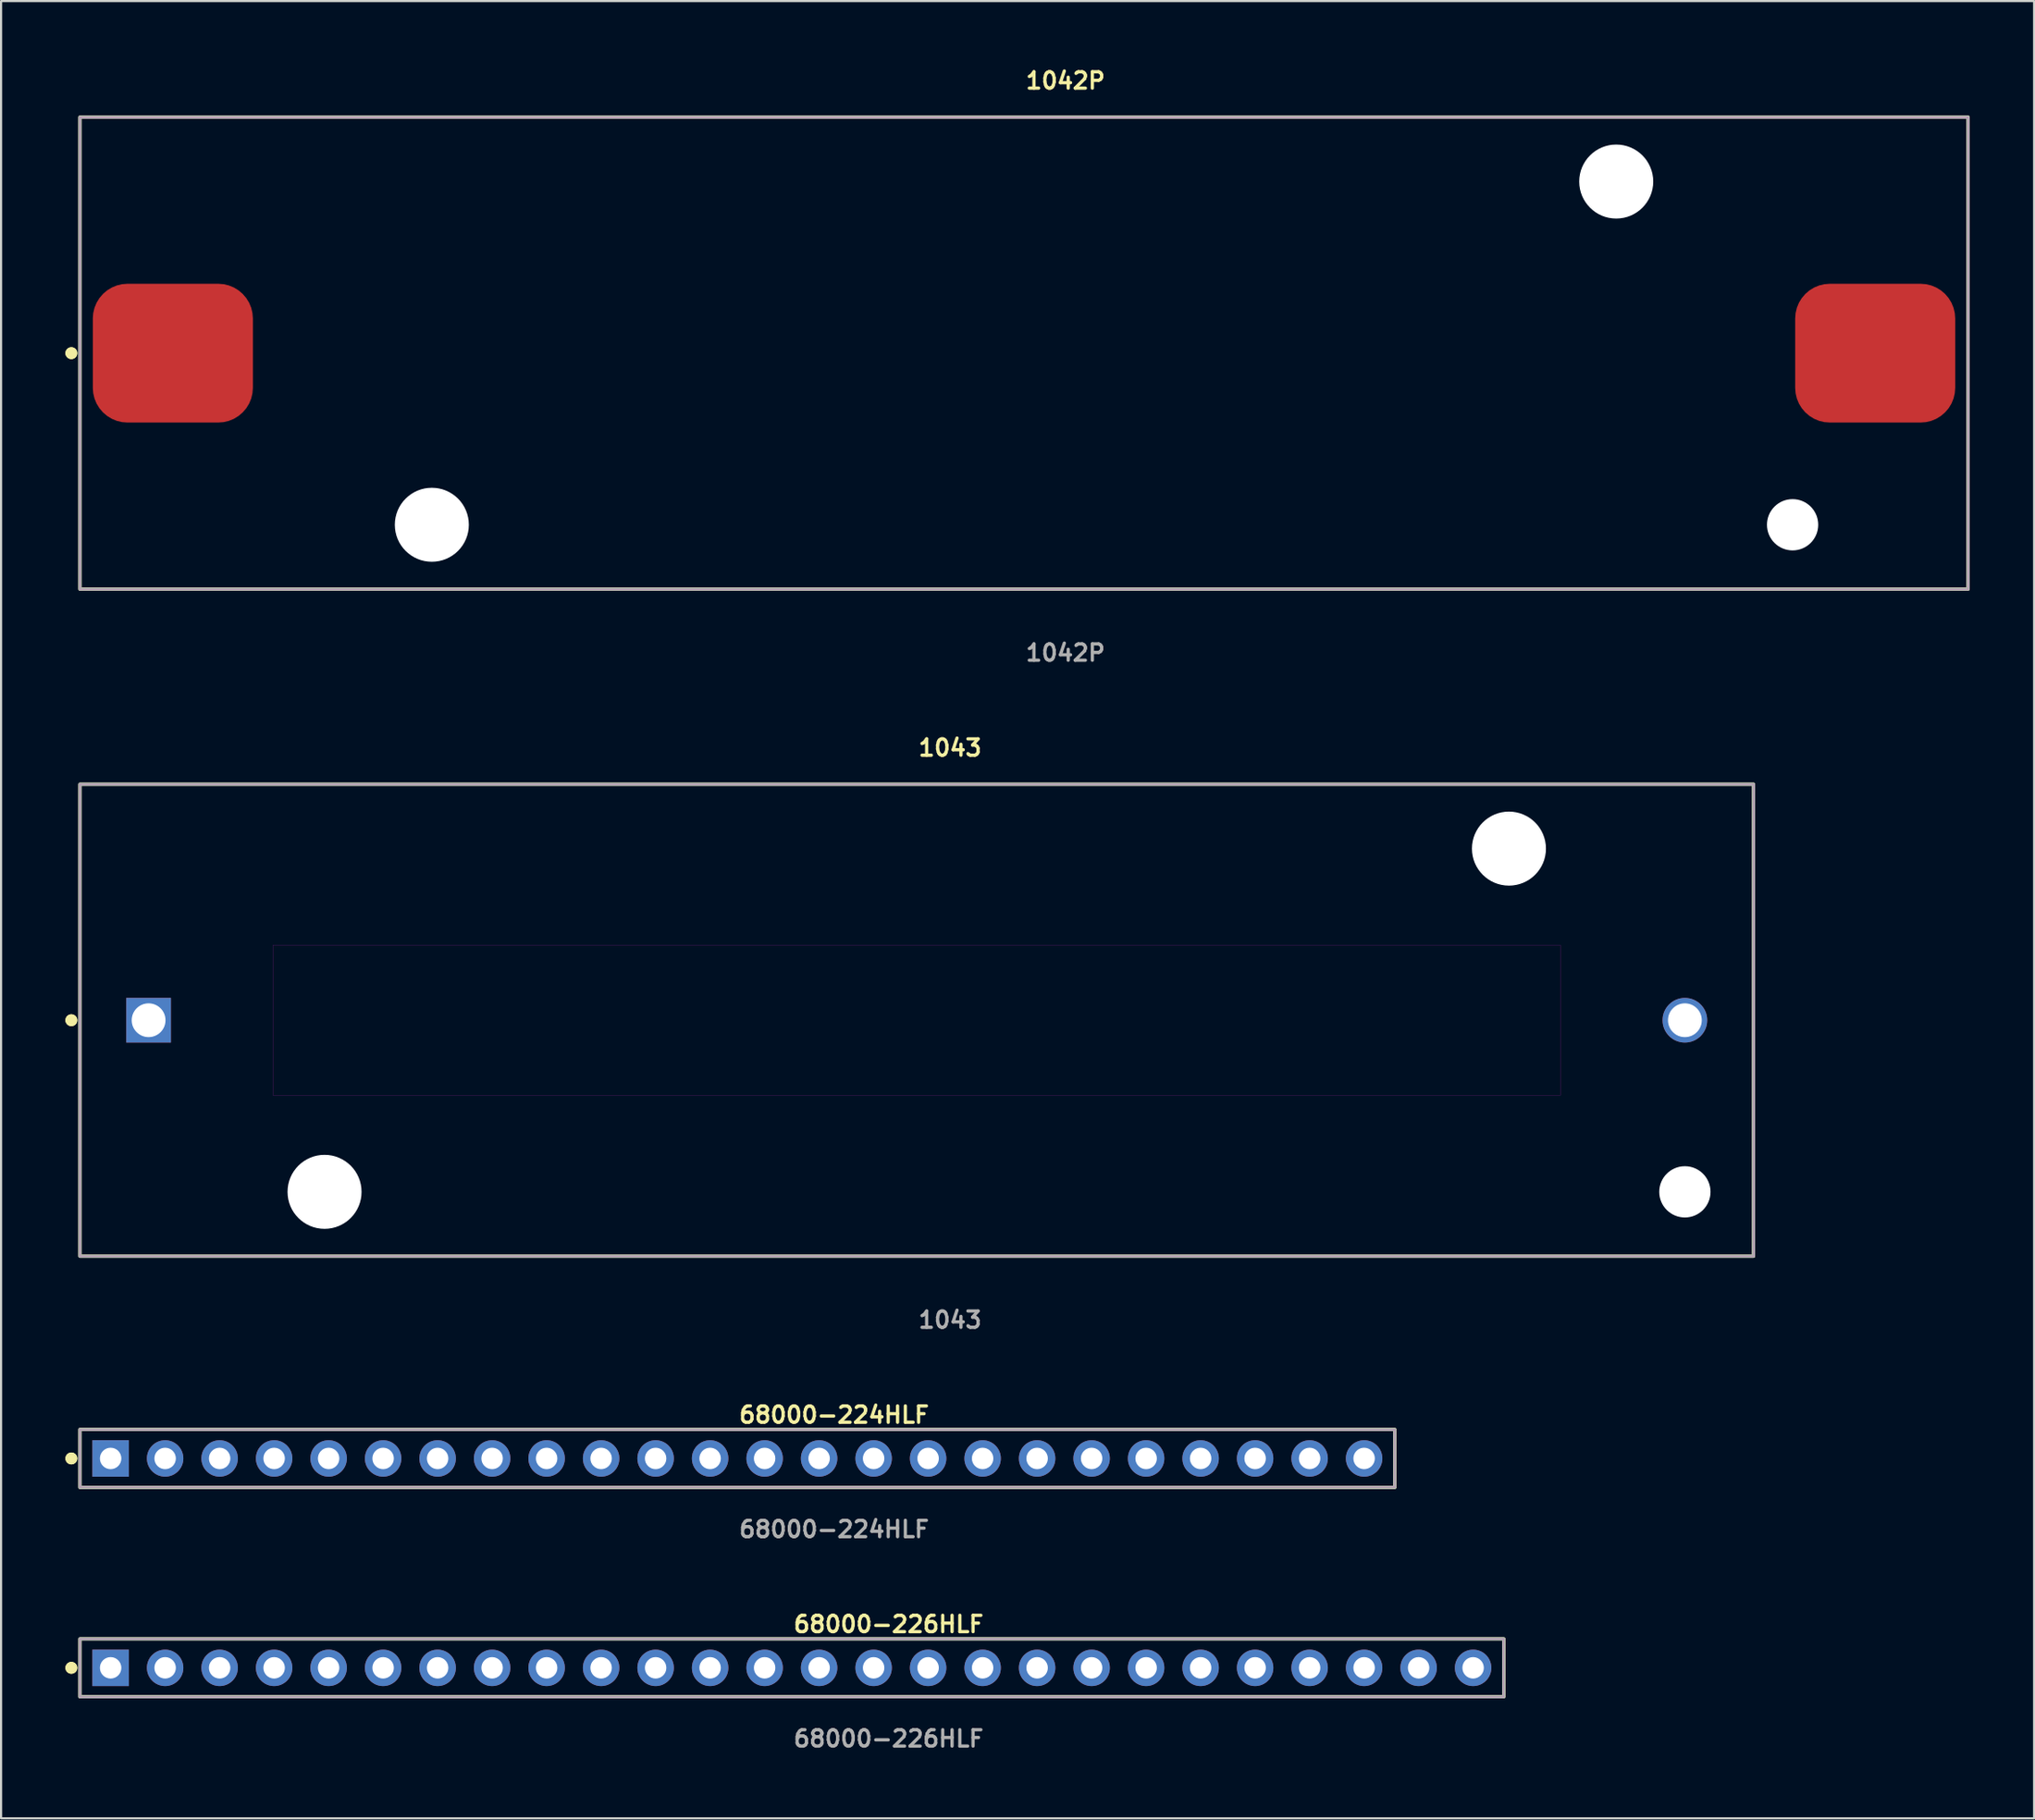
<source format=kicad_pcb>
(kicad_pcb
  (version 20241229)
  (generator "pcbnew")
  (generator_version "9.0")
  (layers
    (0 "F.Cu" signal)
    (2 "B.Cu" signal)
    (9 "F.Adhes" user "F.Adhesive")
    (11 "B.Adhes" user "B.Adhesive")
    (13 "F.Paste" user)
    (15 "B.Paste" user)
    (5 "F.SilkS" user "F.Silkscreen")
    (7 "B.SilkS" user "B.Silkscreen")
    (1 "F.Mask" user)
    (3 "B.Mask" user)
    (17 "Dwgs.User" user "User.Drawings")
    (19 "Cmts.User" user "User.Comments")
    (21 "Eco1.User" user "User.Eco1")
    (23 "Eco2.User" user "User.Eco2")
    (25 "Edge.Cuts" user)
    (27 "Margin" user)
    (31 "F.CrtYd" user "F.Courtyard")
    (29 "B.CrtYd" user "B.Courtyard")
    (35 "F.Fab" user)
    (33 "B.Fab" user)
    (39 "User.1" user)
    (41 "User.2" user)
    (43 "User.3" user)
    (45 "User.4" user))
  (footprint "68000-224HLF"
    (layer "F.Cu")
    (at 31.316 64.938)
    (property "Reference" "68000-224HLF" (at 0 -2.032 0) (unlocked yes) (layer "F.SilkS") (effects (font (size 0.762 0.762) (thickness 0.152)) (justify left)))
    (fp_rect (start -30.64 1.35) (end 30.64 -1.35) (stroke (width 0.152) (type solid)) (fill no) (layer "F.SilkS"))
    (fp_circle (center -31.04 0) (end -31.24 0) (stroke (width 0.152) (type solid)) (fill yes) (layer "F.SilkS"))
    (fp_circle (center -31.04 0) (end -31.24 0) (stroke (width 0.152) (type solid)) (fill yes) (layer "F.SilkS"))
    (fp_rect (start -30.64 1.35) (end 30.64 -1.35) (stroke (width 0.006) (type solid)) (fill no) (layer "F.CrtYd"))
    (fp_rect (start -30.64 1.35) (end 30.64 -1.35) (stroke (width 0.152) (type solid)) (fill no) (layer "F.Fab"))
    (fp_text user "${REFERENCE}" (at 0 3.302 0) (unlocked yes) (layer "F.Fab") (effects (font (size 0.762 0.762) (thickness 0.152)) (justify left)))
    (pad "1" thru_hole rect (at -29.21 0) (size 1.7 1.7) (drill 1) (layers "*.Cu" "*.Mask"))
    (pad "2" thru_hole circle (at -26.67 0) (size 1.7 1.7) (drill 1) (layers "*.Cu" "*.Mask"))
    (pad "3" thru_hole circle (at -24.13 0) (size 1.7 1.7) (drill 1) (layers "*.Cu" "*.Mask"))
    (pad "4" thru_hole circle (at -21.59 0) (size 1.7 1.7) (drill 1) (layers "*.Cu" "*.Mask"))
    (pad "5" thru_hole circle (at -19.05 0) (size 1.7 1.7) (drill 1) (layers "*.Cu" "*.Mask"))
    (pad "6" thru_hole circle (at -16.51 0) (size 1.7 1.7) (drill 1) (layers "*.Cu" "*.Mask"))
    (pad "7" thru_hole circle (at -13.97 0) (size 1.7 1.7) (drill 1) (layers "*.Cu" "*.Mask"))
    (pad "8" thru_hole circle (at -11.43 0) (size 1.7 1.7) (drill 1) (layers "*.Cu" "*.Mask"))
    (pad "9" thru_hole circle (at -8.89 0) (size 1.7 1.7) (drill 1) (layers "*.Cu" "*.Mask"))
    (pad "10" thru_hole circle (at -6.35 0) (size 1.7 1.7) (drill 1) (layers "*.Cu" "*.Mask"))
    (pad "11" thru_hole circle (at -3.81 0) (size 1.7 1.7) (drill 1) (layers "*.Cu" "*.Mask"))
    (pad "12" thru_hole circle (at -1.27 0) (size 1.7 1.7) (drill 1) (layers "*.Cu" "*.Mask"))
    (pad "13" thru_hole circle (at 1.27 0) (size 1.7 1.7) (drill 1) (layers "*.Cu" "*.Mask"))
    (pad "14" thru_hole circle (at 3.81 0) (size 1.7 1.7) (drill 1) (layers "*.Cu" "*.Mask"))
    (pad "15" thru_hole circle (at 6.35 0) (size 1.7 1.7) (drill 1) (layers "*.Cu" "*.Mask"))
    (pad "16" thru_hole circle (at 8.89 0) (size 1.7 1.7) (drill 1) (layers "*.Cu" "*.Mask"))
    (pad "17" thru_hole circle (at 11.43 0) (size 1.7 1.7) (drill 1) (layers "*.Cu" "*.Mask"))
    (pad "18" thru_hole circle (at 13.97 0) (size 1.7 1.7) (drill 1) (layers "*.Cu" "*.Mask"))
    (pad "19" thru_hole circle (at 16.51 0) (size 1.7 1.7) (drill 1) (layers "*.Cu" "*.Mask"))
    (pad "20" thru_hole circle (at 19.05 0) (size 1.7 1.7) (drill 1) (layers "*.Cu" "*.Mask"))
    (pad "21" thru_hole circle (at 21.59 0) (size 1.7 1.7) (drill 1) (layers "*.Cu" "*.Mask"))
    (pad "22" thru_hole circle (at 24.13 0) (size 1.7 1.7) (drill 1) (layers "*.Cu" "*.Mask"))
    (pad "23" thru_hole circle (at 26.67 0) (size 1.7 1.7) (drill 1) (layers "*.Cu" "*.Mask"))
    (pad "24" thru_hole circle (at 29.21 0) (size 1.7 1.7) (drill 1) (layers "*.Cu" "*.Mask")))
  (footprint "1042P"
    (layer "F.Cu")
    (at 44.676 13.413)
    (property "Reference" "1042P" (at 0 -12.7 0) (unlocked yes) (layer "F.SilkS") (effects (font (size 0.762 0.762) (thickness 0.152)) (justify left)))
    (fp_rect (start -44 11) (end 44 -11) (stroke (width 0.152) (type solid)) (fill no) (layer "F.SilkS"))
    (fp_circle (center -44.4 0) (end -44.6 0) (stroke (width 0.152) (type solid)) (fill yes) (layer "F.SilkS"))
    (fp_circle (center -44.4 0) (end -44.6 0) (stroke (width 0.152) (type solid)) (fill yes) (layer "F.SilkS"))
    (fp_rect (start -44 11) (end 44 -11) (stroke (width 0.006) (type solid)) (fill no) (layer "F.CrtYd"))
    (fp_rect (start -44 11) (end 44 -11) (stroke (width 0.152) (type solid)) (fill no) (layer "F.Fab"))
    (fp_text user "${REFERENCE}" (at 0 13.97 0) (unlocked yes) (layer "F.Fab") (effects (font (size 0.762 0.762) (thickness 0.152)) (justify left)))
    (pad "" np_thru_hole circle (at -27.6 8) (size 3.45 3.45) (drill 3.45) (layers "*.Cu" "*.Mask"))
    (pad "" np_thru_hole circle (at 27.6 -8) (size 3.45 3.45) (drill 3.45) (layers "*.Cu" "*.Mask"))
    (pad "" np_thru_hole circle (at 35.82 8) (size 2.39 2.39) (drill 2.39) (layers "*.Cu" "*.Mask"))
    (pad "1" smd roundrect (at -39.67 0) (size 7.46 6.47) (layers "F.Cu" "F.Paste") (roundrect_rratio 0.25))
    (pad "2" smd roundrect (at 39.67 0) (size 7.46 6.47) (layers "F.Cu" "F.Paste") (roundrect_rratio 0.25)))
  (footprint "1043"
    (layer "F.Cu")
    (at 39.676 44.51)
    (property "Reference" "1043" (at 0 -12.7 0) (unlocked yes) (layer "F.SilkS") (effects (font (size 0.762 0.762) (thickness 0.152)) (justify left)))
    (fp_rect (start -39 11) (end 39 -11) (stroke (width 0.152) (type solid)) (fill no) (layer "F.SilkS"))
    (fp_circle (center -39.4 0) (end -39.6 0) (stroke (width 0.152) (type solid)) (fill yes) (layer "F.SilkS"))
    (fp_circle (center -39.4 0) (end -39.6 0) (stroke (width 0.152) (type solid)) (fill yes) (layer "F.SilkS"))
    (fp_rect (start -39 11) (end 39 -11) (stroke (width 0.006) (type solid)) (fill no) (layer "F.CrtYd"))
    (fp_rect (start -30 3.5) (end 30 -3.5) (stroke (width 0.006) (type solid)) (fill no) (layer "F.CrtYd"))
    (fp_rect (start -39 11) (end 39 -11) (stroke (width 0.152) (type solid)) (fill no) (layer "F.Fab"))
    (fp_text user "${REFERENCE}" (at 0 13.97 0) (unlocked yes) (layer "F.Fab") (effects (font (size 0.762 0.762) (thickness 0.152)) (justify left)))
    (pad "" np_thru_hole circle (at -27.6 8) (size 3.45 3.45) (drill 3.45) (layers "*.Cu" "*.Mask"))
    (pad "" np_thru_hole circle (at 27.6 -8) (size 3.45 3.45) (drill 3.45) (layers "*.Cu" "*.Mask"))
    (pad "" np_thru_hole circle (at 35.8 8) (size 2.39 2.39) (drill 2.39) (layers "*.Cu" "*.Mask"))
    (pad "1" thru_hole rect (at -35.8 0) (size 2.083 2.083) (drill 1.575) (layers "*.Cu" "*.Mask"))
    (pad "2" thru_hole circle (at 35.8 0) (size 2.083 2.083) (drill 1.575) (layers "*.Cu" "*.Mask")))
  (footprint "68000-226HLF"
    (layer "F.Cu")
    (at 33.856 74.699)
    (property "Reference" "68000-226HLF" (at 0 -2.032 0) (unlocked yes) (layer "F.SilkS") (effects (font (size 0.762 0.762) (thickness 0.152)) (justify left)))
    (fp_rect (start -33.18 1.35) (end 33.18 -1.35) (stroke (width 0.152) (type solid)) (fill no) (layer "F.SilkS"))
    (fp_circle (center -33.58 0) (end -33.78 0) (stroke (width 0.152) (type solid)) (fill yes) (layer "F.SilkS"))
    (fp_circle (center -33.58 0) (end -33.78 0) (stroke (width 0.152) (type solid)) (fill yes) (layer "F.SilkS"))
    (fp_rect (start -33.18 1.35) (end 33.18 -1.35) (stroke (width 0.006) (type solid)) (fill no) (layer "F.CrtYd"))
    (fp_rect (start -33.18 1.35) (end 33.18 -1.35) (stroke (width 0.152) (type solid)) (fill no) (layer "F.Fab"))
    (fp_text user "${REFERENCE}" (at 0 3.302 0) (unlocked yes) (layer "F.Fab") (effects (font (size 0.762 0.762) (thickness 0.152)) (justify left)))
    (pad "1" thru_hole rect (at -31.75 0) (size 1.7 1.7) (drill 1) (layers "*.Cu" "*.Mask"))
    (pad "2" thru_hole circle (at -29.21 0) (size 1.7 1.7) (drill 1) (layers "*.Cu" "*.Mask"))
    (pad "3" thru_hole circle (at -26.67 0) (size 1.7 1.7) (drill 1) (layers "*.Cu" "*.Mask"))
    (pad "4" thru_hole circle (at -24.13 0) (size 1.7 1.7) (drill 1) (layers "*.Cu" "*.Mask"))
    (pad "5" thru_hole circle (at -21.59 0) (size 1.7 1.7) (drill 1) (layers "*.Cu" "*.Mask"))
    (pad "6" thru_hole circle (at -19.05 0) (size 1.7 1.7) (drill 1) (layers "*.Cu" "*.Mask"))
    (pad "7" thru_hole circle (at -16.51 0) (size 1.7 1.7) (drill 1) (layers "*.Cu" "*.Mask"))
    (pad "8" thru_hole circle (at -13.97 0) (size 1.7 1.7) (drill 1) (layers "*.Cu" "*.Mask"))
    (pad "9" thru_hole circle (at -11.43 0) (size 1.7 1.7) (drill 1) (layers "*.Cu" "*.Mask"))
    (pad "10" thru_hole circle (at -8.89 0) (size 1.7 1.7) (drill 1) (layers "*.Cu" "*.Mask"))
    (pad "11" thru_hole circle (at -6.35 0) (size 1.7 1.7) (drill 1) (layers "*.Cu" "*.Mask"))
    (pad "12" thru_hole circle (at -3.81 0) (size 1.7 1.7) (drill 1) (layers "*.Cu" "*.Mask"))
    (pad "13" thru_hole circle (at -1.27 0) (size 1.7 1.7) (drill 1) (layers "*.Cu" "*.Mask"))
    (pad "14" thru_hole circle (at 1.27 0) (size 1.7 1.7) (drill 1) (layers "*.Cu" "*.Mask"))
    (pad "15" thru_hole circle (at 3.81 0) (size 1.7 1.7) (drill 1) (layers "*.Cu" "*.Mask"))
    (pad "16" thru_hole circle (at 6.35 0) (size 1.7 1.7) (drill 1) (layers "*.Cu" "*.Mask"))
    (pad "17" thru_hole circle (at 8.89 0) (size 1.7 1.7) (drill 1) (layers "*.Cu" "*.Mask"))
    (pad "18" thru_hole circle (at 11.43 0) (size 1.7 1.7) (drill 1) (layers "*.Cu" "*.Mask"))
    (pad "19" thru_hole circle (at 13.97 0) (size 1.7 1.7) (drill 1) (layers "*.Cu" "*.Mask"))
    (pad "20" thru_hole circle (at 16.51 0) (size 1.7 1.7) (drill 1) (layers "*.Cu" "*.Mask"))
    (pad "21" thru_hole circle (at 19.05 0) (size 1.7 1.7) (drill 1) (layers "*.Cu" "*.Mask"))
    (pad "22" thru_hole circle (at 21.59 0) (size 1.7 1.7) (drill 1) (layers "*.Cu" "*.Mask"))
    (pad "23" thru_hole circle (at 24.13 0) (size 1.7 1.7) (drill 1) (layers "*.Cu" "*.Mask"))
    (pad "24" thru_hole circle (at 26.67 0) (size 1.7 1.7) (drill 1) (layers "*.Cu" "*.Mask"))
    (pad "25" thru_hole circle (at 29.21 0) (size 1.7 1.7) (drill 1) (layers "*.Cu" "*.Mask"))
    (pad "26" thru_hole circle (at 31.75 0) (size 1.7 1.7) (drill 1) (layers "*.Cu" "*.Mask")))
  (gr_rect
    (start -3 -3)
    (end 91.752 81.714)
    (stroke (width 0.1) (type default))
    (fill no)
    (layer "Edge.Cuts")))
</source>
